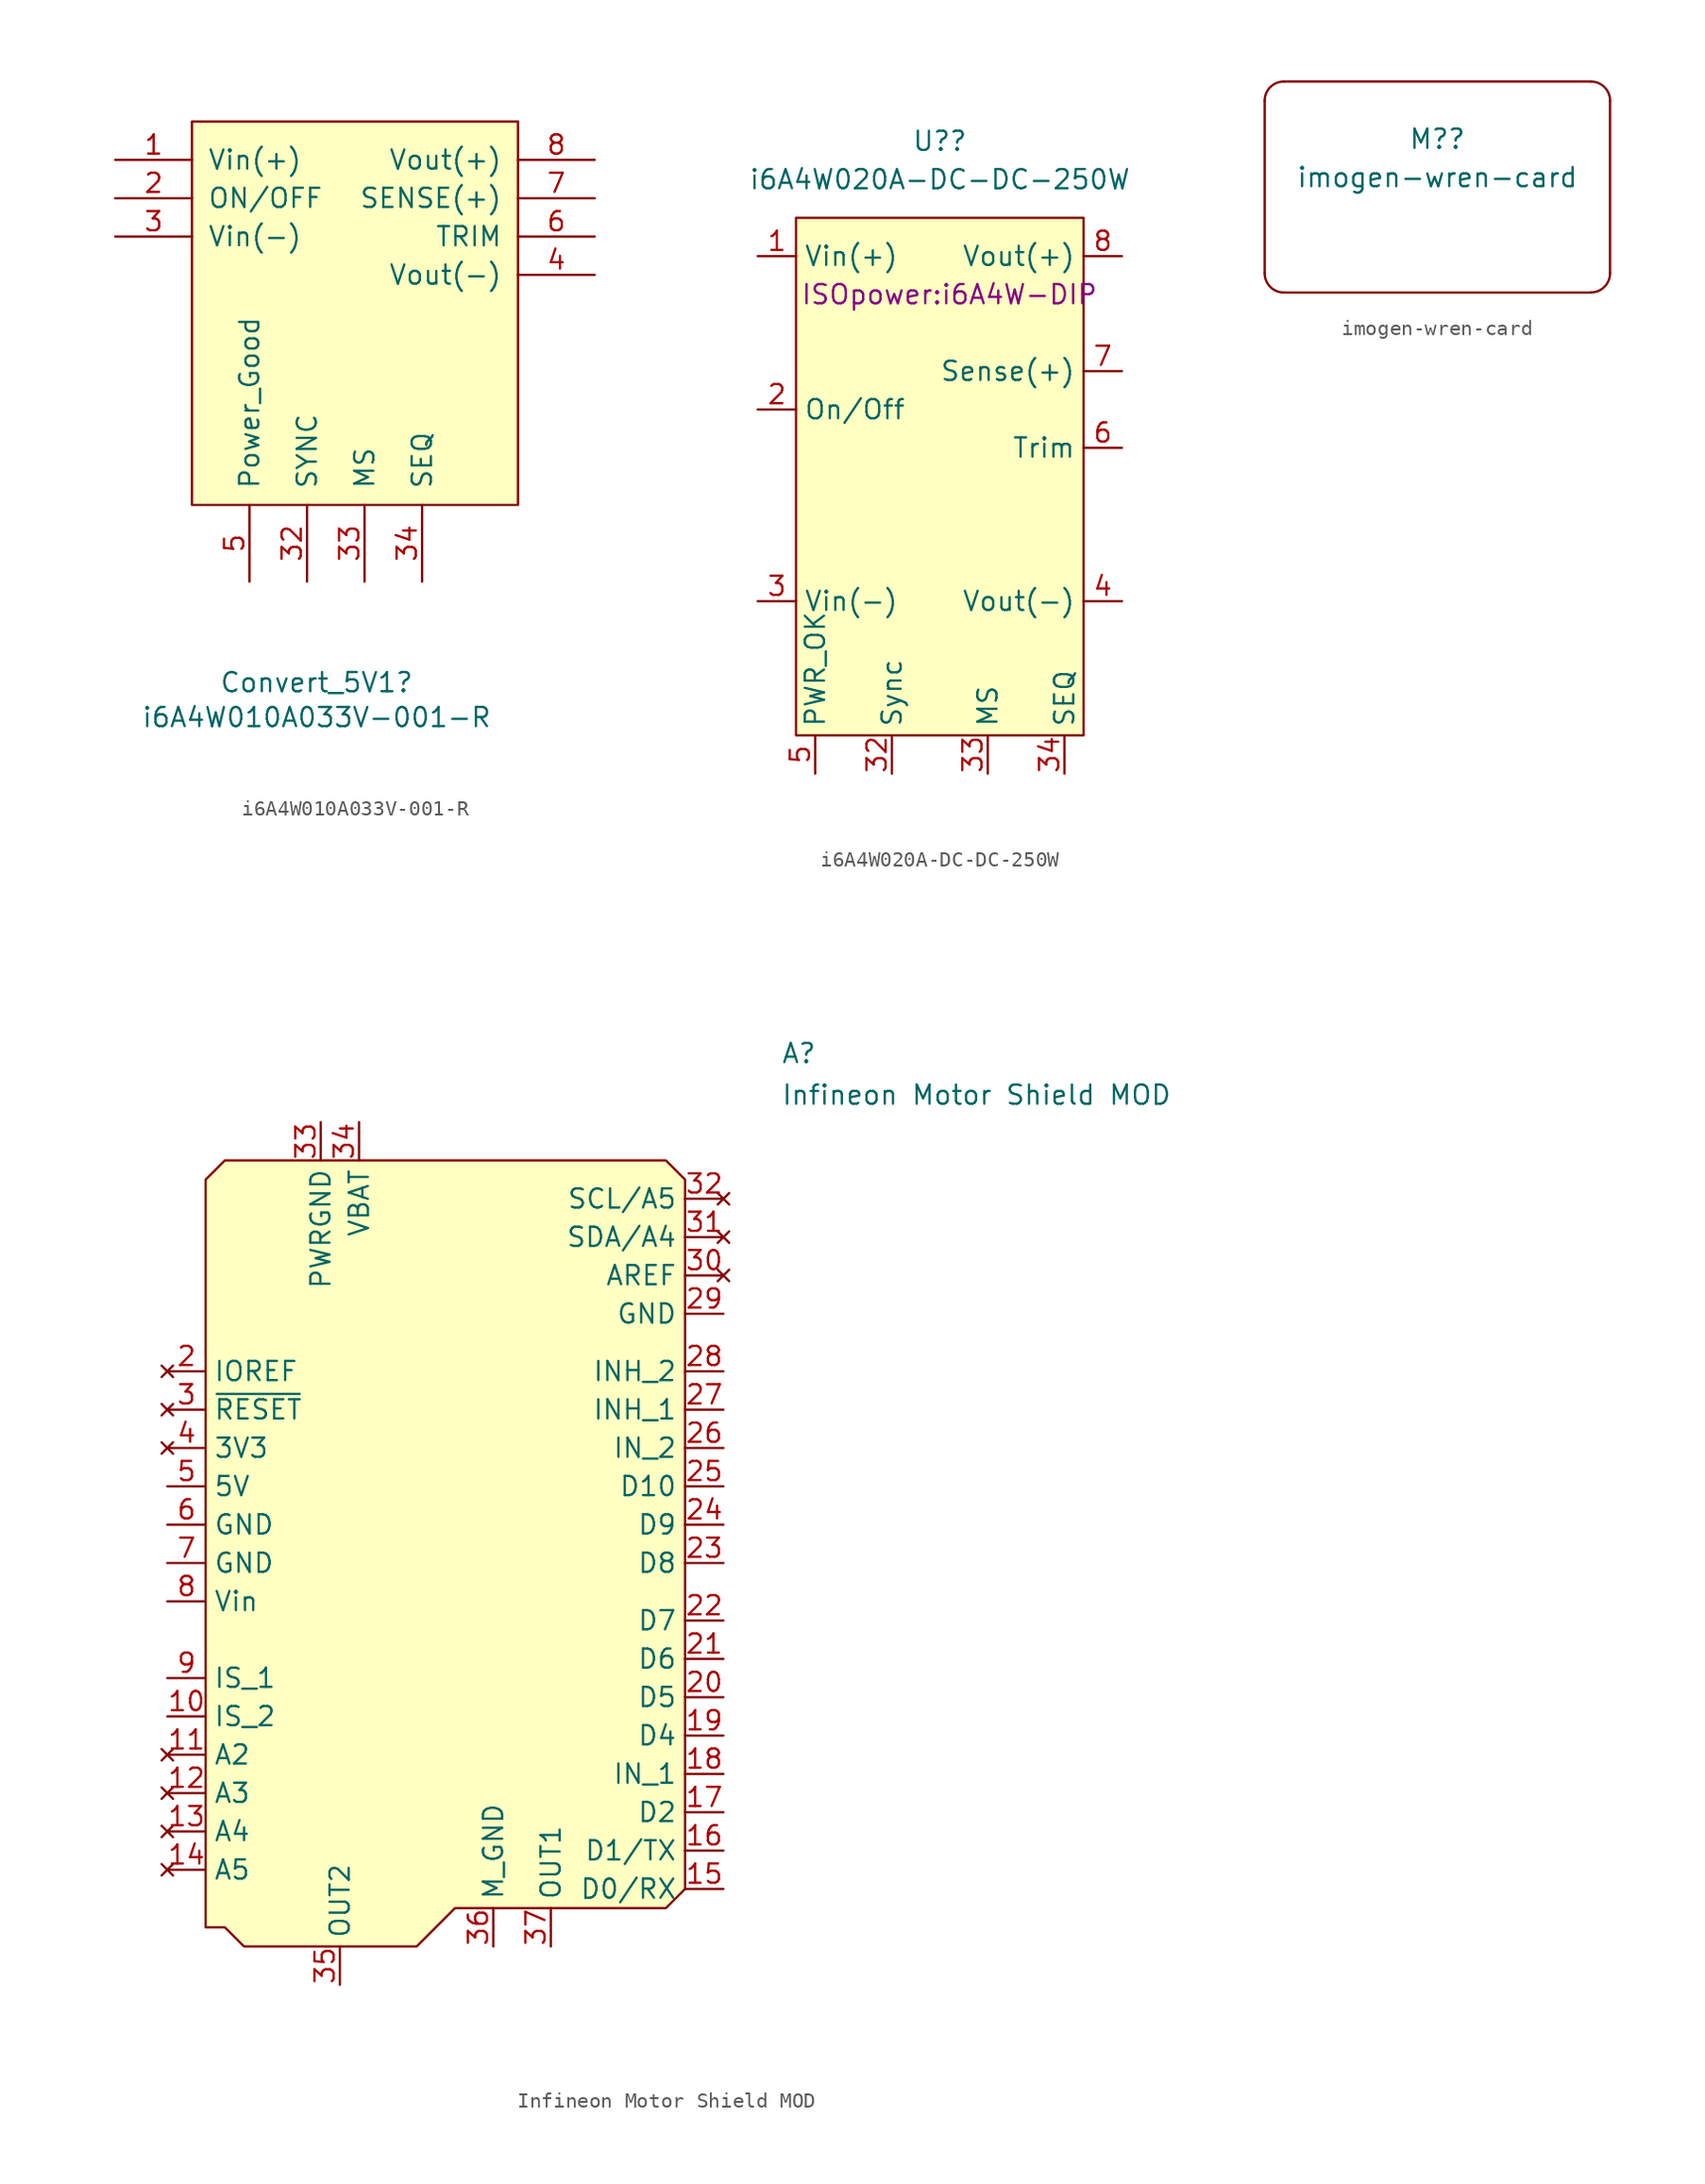
<source format=kicad_sym>
(kicad_symbol_lib
  (version 20231120)
  (generator "kicad_symbol_editor")
  (generator_version "8.0")
  (symbol "i6A4W010A033V-001-R"
    (pin_names
      (offset 1.016))
    (property "Reference" "Convert_5V1"
      (at 3.175 -38.43 0)
      (effects (font (size 1.27 1.27))))
    (property "Value" "i6A4W010A033V-001-R"
      (at 3.175 -40.742 0)
      (effects (font (size 1.27 1.27))))
    (symbol "i6A4W010A033V-001-R_0_1"
      (rectangle (start -5.08 -26.67) (end 16.51 -1.27) (stroke (width 0) (type default)) (fill (type background))))
    (symbol "i6A4W010A033V-001-R_1_1"
      (pin input line (at -10.16 -3.81 0) (length 5.08) (name "Vin(+)" (effects (font (size 1.27 1.27)))) (number "1" (effects (font (size 1.27 1.27)))))
      (pin input line (at -10.16 -6.35 0) (length 5.08) (name "ON/OFF" (effects (font (size 1.27 1.27)))) (number "2" (effects (font (size 1.27 1.27)))))
      (pin input line (at -10.16 -8.89 0) (length 5.08) (name "Vin(-)" (effects (font (size 1.27 1.27)))) (number "3" (effects (font (size 1.27 1.27)))))
      (pin input line (at 2.54 -31.75 90) (length 5.08) (name "SYNC" (effects (font (size 1.27 1.27)))) (number "32" (effects (font (size 1.27 1.27)))))
      (pin input line (at 6.35 -31.75 90) (length 5.08) (name "MS" (effects (font (size 1.27 1.27)))) (number "33" (effects (font (size 1.27 1.27)))))
      (pin input line (at 10.16 -31.75 90) (length 5.08) (name "SEQ" (effects (font (size 1.27 1.27)))) (number "34" (effects (font (size 1.27 1.27)))))
      (pin output line (at 21.59 -11.43 180) (length 5.08) (name "Vout(-)" (effects (font (size 1.27 1.27)))) (number "4" (effects (font (size 1.27 1.27)))))
      (pin output line (at -1.27 -31.75 90) (length 5.08) (name "Power_Good" (effects (font (size 1.27 1.27)))) (number "5" (effects (font (size 1.27 1.27)))))
      (pin input line (at 21.59 -8.89 180) (length 5.08) (name "TRIM" (effects (font (size 1.27 1.27)))) (number "6" (effects (font (size 1.27 1.27)))))
      (pin input line (at 21.59 -6.35 180) (length 5.08) (name "SENSE(+)" (effects (font (size 1.27 1.27)))) (number "7" (effects (font (size 1.27 1.27)))))
      (pin output line (at 21.59 -3.81 180) (length 5.08) (name "Vout(+)" (effects (font (size 1.27 1.27)))) (number "8" (effects (font (size 1.27 1.27)))))))
  (symbol "i6A4W020A-DC-DC-250W"
    (property "Reference" "U?"
      (at -0.635 10.16 0)
      (effects (font (size 1.27 1.27))))
    (property "Value" "i6A4W020A-DC-DC-250W"
      (at -0.635 7.62 0)
      (effects (font (size 1.27 1.27))))
    (property "Footprint" "ISOpower:i6A4W-DIP"
      (at 0 0 0)
      (effects (font (size 1.27 1.27))))
    (symbol "i6A4W020A-DC-DC-250W_0_0"
      (pin power_in line (at -12.7 2.54 0) (length 2.54) (name "Vin(+)" (effects (font (size 1.27 1.27)))) (number "1" (effects (font (size 1.27 1.27)))))
      (pin passive line (at -12.7 -7.62 0) (length 2.54) (name "On/Off" (effects (font (size 1.27 1.27)))) (number "2" (effects (font (size 1.27 1.27)))))
      (pin passive line (at -12.7 -20.32 0) (length 2.54) (name "Vin(-)" (effects (font (size 1.27 1.27)))) (number "3" (effects (font (size 1.27 1.27)))))
      (pin passive line (at -3.81 -31.75 90) (length 2.54) (name "Sync" (effects (font (size 1.27 1.27)))) (number "32" (effects (font (size 1.27 1.27)))))
      (pin passive line (at 2.54 -31.75 90) (length 2.54) (name "MS" (effects (font (size 1.27 1.27)))) (number "33" (effects (font (size 1.27 1.27)))))
      (pin passive line (at 7.62 -31.75 90) (length 2.54) (name "SEQ" (effects (font (size 1.27 1.27)))) (number "34" (effects (font (size 1.27 1.27)))))
      (pin passive line (at 11.43 -20.32 180) (length 2.54) (name "Vout(-)" (effects (font (size 1.27 1.27)))) (number "4" (effects (font (size 1.27 1.27)))))
      (pin passive line (at -8.89 -31.75 90) (length 2.54) (name "PWR_OK" (effects (font (size 1.27 1.27)))) (number "5" (effects (font (size 1.27 1.27)))))
      (pin passive line (at 11.43 -10.16 180) (length 2.54) (name "Trim" (effects (font (size 1.27 1.27)))) (number "6" (effects (font (size 1.27 1.27)))))
      (pin input line (at 11.43 -5.08 180) (length 2.54) (name "Sense(+)" (effects (font (size 1.27 1.27)))) (number "7" (effects (font (size 1.27 1.27)))))
      (pin power_out line (at 11.43 2.54 180) (length 2.54) (name "Vout(+)" (effects (font (size 1.27 1.27)))) (number "8" (effects (font (size 1.27 1.27))))))
    (symbol "i6A4W020A-DC-DC-250W_0_1"
      (rectangle (start -10.16 5.08) (end 8.89 -29.21) (stroke (width 0) (type default)) (fill (type background)))))
  (symbol "imogen-wren-card"
    (property "Reference" "M?"
      (at 0 2.54 0)
      (effects (font (size 1.27 1.27))))
    (property "Value" "imogen-wren-card"
      (at 0 0 0)
      (effects (font (size 1.27 1.27))))
    (property "NAME_ONE" ""
      (at 0 0 0)
      (effects (font (size 1.27 1.27))))
    (property "NAME_TWO" ""
      (at 0 0 0)
      (effects (font (size 1.27 1.27))))
    (symbol "imogen-wren-card_0_1"
      (arc (start -11.43 -6.35) (mid -11.058 -7.248) (end -10.16 -7.62) (stroke (width 0) (type default)) (fill (type none)))
      (arc (start -10.16 6.35) (mid -11.058 5.978) (end -11.43 5.08) (stroke (width 0) (type default)) (fill (type none)))
      (polyline (pts (xy -11.43 5.08) (xy -11.43 -6.35)) (stroke (width 0) (type default)) (fill (type none)))
      (polyline (pts (xy -10.16 6.35) (xy 10.16 6.35)) (stroke (width 0) (type default)) (fill (type none)))
      (polyline (pts (xy 10.16 -7.62) (xy -10.16 -7.62)) (stroke (width 0) (type default)) (fill (type none)))
      (polyline (pts (xy 11.43 5.08) (xy 11.43 -6.35)) (stroke (width 0) (type default)) (fill (type none)))
      (arc (start 10.16 -7.62) (mid 11.058 -7.248) (end 11.43 -6.35) (stroke (width 0) (type default)) (fill (type none)))
      (arc (start 11.43 5.08) (mid 11.058 5.978) (end 10.16 6.35) (stroke (width 0) (type default)) (fill (type none)))))
  (symbol "Infineon Motor Shield MOD"
    (property "Reference" "A"
      (at 20.32 34.29 0)
      (effects (font (size 1.27 1.27)) (justify left bottom)))
    (property "Value" "Infineon Motor Shield MOD"
      (at 20.32 33.02 0)
      (effects (font (size 1.27 1.27)) (justify left top)))
    (symbol "Infineon Motor Shield MOD_0_1"
      (polyline (pts (xy -17.78 26.67) (xy -17.78 -22.86) (xy -16.51 -22.86) (xy -15.24 -24.13) (xy -3.81 -24.13) (xy -1.27 -21.59) (xy 12.7 -21.59) (xy 13.97 -20.32) (xy 13.97 26.67) (xy 12.7 27.94) (xy -16.51 27.94) (xy -17.78 26.67)) (stroke (width 0) (type default)) (fill (type background))))
    (symbol "Infineon Motor Shield MOD_1_1"
      (pin no_connect line (at -20.32 16.51 0) (length 2.54) hide (name "NC" (effects (font (size 1.27 1.27)))) (number "1" (effects (font (size 1.27 1.27)))))
      (pin input line (at -20.32 -8.89 0) (length 2.54) (name "IS_2" (effects (font (size 1.27 1.27)))) (number "10" (effects (font (size 1.27 1.27)))))
      (pin no_connect line (at -20.32 -11.43 0) (length 2.54) (name "A2" (effects (font (size 1.27 1.27)))) (number "11" (effects (font (size 1.27 1.27)))))
      (pin no_connect line (at -20.32 -13.97 0) (length 2.54) (name "A3" (effects (font (size 1.27 1.27)))) (number "12" (effects (font (size 1.27 1.27)))))
      (pin no_connect line (at -20.32 -16.51 0) (length 2.54) (name "A4" (effects (font (size 1.27 1.27)))) (number "13" (effects (font (size 1.27 1.27)))))
      (pin no_connect line (at -20.32 -19.05 0) (length 2.54) (name "A5" (effects (font (size 1.27 1.27)))) (number "14" (effects (font (size 1.27 1.27)))))
      (pin bidirectional line (at 16.51 -20.32 180) (length 2.54) (name "D0/RX" (effects (font (size 1.27 1.27)))) (number "15" (effects (font (size 1.27 1.27)))))
      (pin bidirectional line (at 16.51 -17.78 180) (length 2.54) (name "D1/TX" (effects (font (size 1.27 1.27)))) (number "16" (effects (font (size 1.27 1.27)))))
      (pin bidirectional line (at 16.51 -15.24 180) (length 2.54) (name "D2" (effects (font (size 1.27 1.27)))) (number "17" (effects (font (size 1.27 1.27)))))
      (pin bidirectional line (at 16.51 -12.7 180) (length 2.54) (name "IN_1" (effects (font (size 1.27 1.27)))) (number "18" (effects (font (size 1.27 1.27)))))
      (pin bidirectional line (at 16.51 -10.16 180) (length 2.54) (name "D4" (effects (font (size 1.27 1.27)))) (number "19" (effects (font (size 1.27 1.27)))))
      (pin no_connect line (at -20.32 13.97 0) (length 2.54) (name "IOREF" (effects (font (size 1.27 1.27)))) (number "2" (effects (font (size 1.27 1.27)))))
      (pin bidirectional line (at 16.51 -7.62 180) (length 2.54) (name "D5" (effects (font (size 1.27 1.27)))) (number "20" (effects (font (size 1.27 1.27)))))
      (pin bidirectional line (at 16.51 -5.08 180) (length 2.54) (name "D6" (effects (font (size 1.27 1.27)))) (number "21" (effects (font (size 1.27 1.27)))))
      (pin bidirectional line (at 16.51 -2.54 180) (length 2.54) (name "D7" (effects (font (size 1.27 1.27)))) (number "22" (effects (font (size 1.27 1.27)))))
      (pin bidirectional line (at 16.51 1.27 180) (length 2.54) (name "D8" (effects (font (size 1.27 1.27)))) (number "23" (effects (font (size 1.27 1.27)))))
      (pin bidirectional line (at 16.51 3.81 180) (length 2.54) (name "D9" (effects (font (size 1.27 1.27)))) (number "24" (effects (font (size 1.27 1.27)))))
      (pin bidirectional line (at 16.51 6.35 180) (length 2.54) (name "D10" (effects (font (size 1.27 1.27)))) (number "25" (effects (font (size 1.27 1.27)))))
      (pin input line (at 16.51 8.89 180) (length 2.54) (name "IN_2" (effects (font (size 1.27 1.27)))) (number "26" (effects (font (size 1.27 1.27)))))
      (pin input line (at 16.51 11.43 180) (length 2.54) (name "INH_1" (effects (font (size 1.27 1.27)))) (number "27" (effects (font (size 1.27 1.27)))))
      (pin input line (at 16.51 13.97 180) (length 2.54) (name "INH_2" (effects (font (size 1.27 1.27)))) (number "28" (effects (font (size 1.27 1.27)))))
      (pin power_in line (at 16.51 17.78 180) (length 2.54) (name "GND" (effects (font (size 1.27 1.27)))) (number "29" (effects (font (size 1.27 1.27)))))
      (pin no_connect line (at -20.32 11.43 0) (length 2.54) (name "~{RESET}" (effects (font (size 1.27 1.27)))) (number "3" (effects (font (size 1.27 1.27)))))
      (pin no_connect line (at 16.51 20.32 180) (length 2.54) (name "AREF" (effects (font (size 1.27 1.27)))) (number "30" (effects (font (size 1.27 1.27)))))
      (pin no_connect line (at 16.51 22.86 180) (length 2.54) (name "SDA/A4" (effects (font (size 1.27 1.27)))) (number "31" (effects (font (size 1.27 1.27)))))
      (pin no_connect line (at 16.51 25.4 180) (length 2.54) (name "SCL/A5" (effects (font (size 1.27 1.27)))) (number "32" (effects (font (size 1.27 1.27)))))
      (pin power_in line (at -10.16 30.48 270) (length 2.54) (name "PWRGND" (effects (font (size 1.27 1.27)))) (number "33" (effects (font (size 1.27 1.27)))))
      (pin power_in line (at -7.62 30.48 270) (length 2.54) (name "VBAT" (effects (font (size 1.27 1.27)))) (number "34" (effects (font (size 1.27 1.27)))))
      (pin output line (at -8.89 -26.67 90) (length 2.54) (name "OUT2" (effects (font (size 1.27 1.27)))) (number "35" (effects (font (size 1.27 1.27)))))
      (pin power_in line (at 1.27 -24.13 90) (length 2.54) (name "M_GND" (effects (font (size 1.27 1.27)))) (number "36" (effects (font (size 1.27 1.27)))))
      (pin output line (at 5.08 -24.13 90) (length 2.54) (name "OUT1" (effects (font (size 1.27 1.27)))) (number "37" (effects (font (size 1.27 1.27)))))
      (pin no_connect line (at -20.32 8.89 0) (length 2.54) (name "3V3" (effects (font (size 1.27 1.27)))) (number "4" (effects (font (size 1.27 1.27)))))
      (pin input line (at -20.32 6.35 0) (length 2.54) (name "5V" (effects (font (size 1.27 1.27)))) (number "5" (effects (font (size 1.27 1.27)))))
      (pin power_in line (at -20.32 3.81 0) (length 2.54) (name "GND" (effects (font (size 1.27 1.27)))) (number "6" (effects (font (size 1.27 1.27)))))
      (pin power_in line (at -20.32 1.27 0) (length 2.54) (name "GND" (effects (font (size 1.27 1.27)))) (number "7" (effects (font (size 1.27 1.27)))))
      (pin input line (at -20.32 -1.27 0) (length 2.54) (name "Vin" (effects (font (size 1.27 1.27)))) (number "8" (effects (font (size 1.27 1.27)))))
      (pin input line (at -20.32 -6.35 0) (length 2.54) (name "IS_1" (effects (font (size 1.27 1.27)))) (number "9" (effects (font (size 1.27 1.27))))))))
</source>
